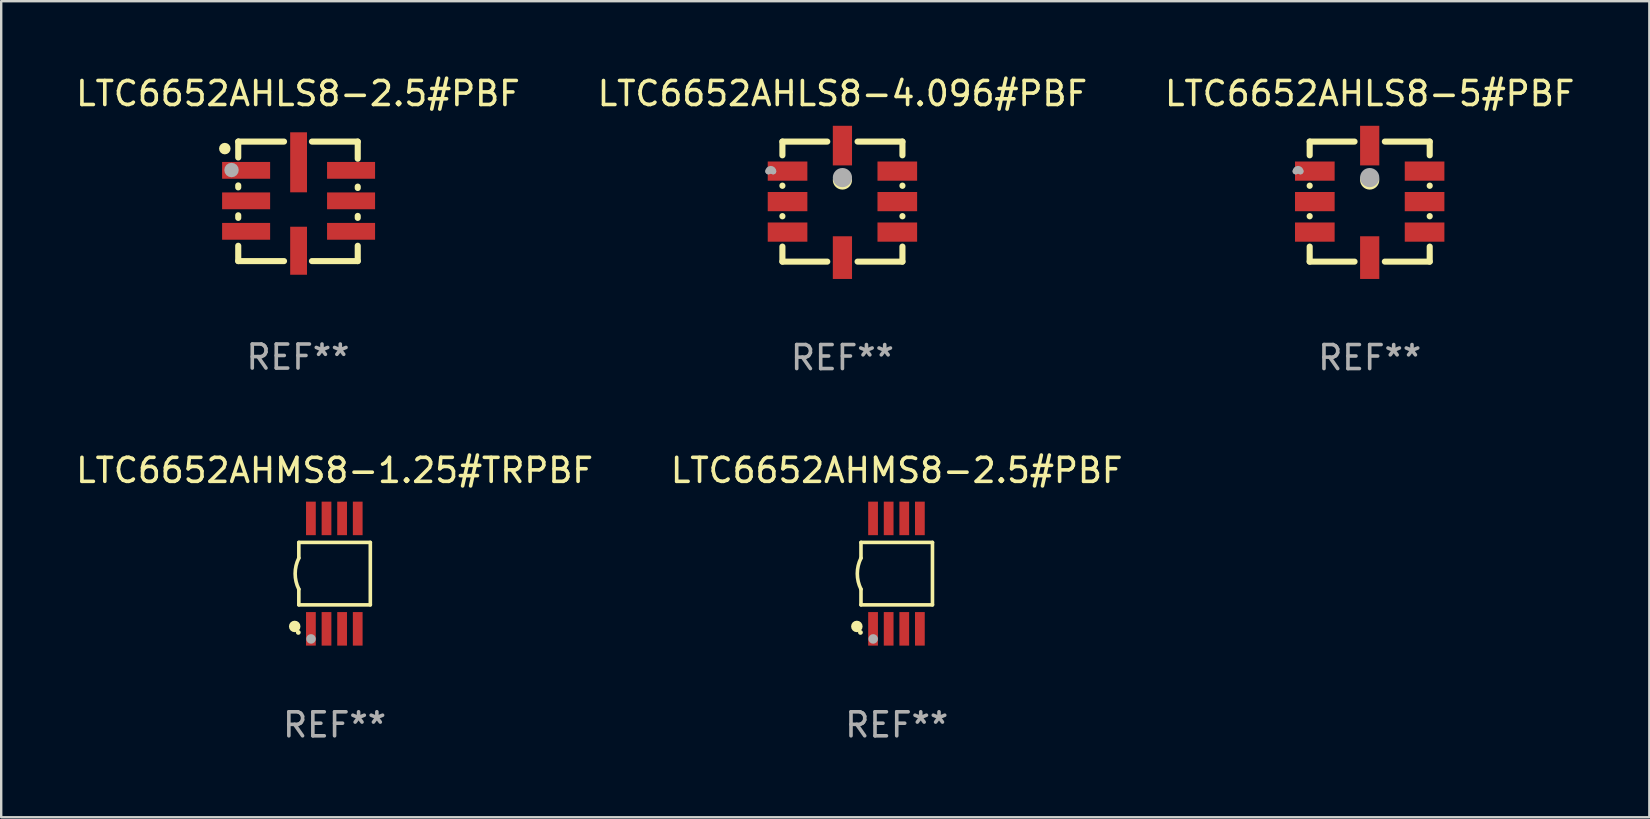
<source format=kicad_pcb>
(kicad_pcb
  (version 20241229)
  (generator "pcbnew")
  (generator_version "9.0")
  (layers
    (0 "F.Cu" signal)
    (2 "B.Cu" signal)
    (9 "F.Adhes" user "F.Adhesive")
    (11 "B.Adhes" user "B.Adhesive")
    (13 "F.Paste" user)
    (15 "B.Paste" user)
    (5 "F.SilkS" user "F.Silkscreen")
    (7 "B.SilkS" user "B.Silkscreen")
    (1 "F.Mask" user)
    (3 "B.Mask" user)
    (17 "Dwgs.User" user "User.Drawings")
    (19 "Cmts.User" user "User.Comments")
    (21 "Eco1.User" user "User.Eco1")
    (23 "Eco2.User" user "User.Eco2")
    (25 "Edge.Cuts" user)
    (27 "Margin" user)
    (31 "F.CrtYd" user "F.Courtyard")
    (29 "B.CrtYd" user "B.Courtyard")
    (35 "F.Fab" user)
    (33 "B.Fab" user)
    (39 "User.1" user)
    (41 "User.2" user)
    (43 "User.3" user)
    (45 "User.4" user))
  (footprint "LTC6652AHMS8-2.5#PBF"
    (layer "F.Cu")
    (at 34.304 20.845)
    (property "Reference" "LTC6652AHMS8-2.5#PBF" (at 0 -4.3 0) (layer "F.SilkS") (effects (font (size 1 1) (thickness 0.15))))
    (attr through_hole)
    (fp_line (start -1.489 -1.3) (end -1.489 -0.648) (stroke (width 0.15) (type solid)) (layer "F.SilkS"))
    (fp_line (start -1.489 0.648) (end -1.489 1.3) (stroke (width 0.15) (type solid)) (layer "F.SilkS"))
    (fp_line (start -1.489 1.3) (end 1.489 1.3) (stroke (width 0.15) (type solid)) (layer "F.SilkS"))
    (fp_line (start 1.489 -1.3) (end -1.489 -1.3) (stroke (width 0.15) (type solid)) (layer "F.SilkS"))
    (fp_line (start 1.489 1.3) (end 1.489 -1.3) (stroke (width 0.15) (type solid)) (layer "F.SilkS"))
    (fp_arc (start -1.489205 0.647702) (mid -1.642107 0) (end -1.489205 -0.647701) (stroke (width 0.150013) (type solid)) (layer "F.SilkS"))
    (fp_circle (center -1.661 2.2) (end -1.541 2.2) (stroke (width 0.24) (type solid)) (fill no) (layer "F.SilkS"))
    (fp_circle (center -1.511 2.45) (end -1.461 2.45) (stroke (width 0.1) (type solid)) (fill no) (layer "F.SilkS"))
    (fp_circle (center -0.981 2.72) (end -0.881 2.72) (stroke (width 0.2) (type solid)) (fill no) (layer "F.Fab"))
    (fp_text user "REF**" (at 0 6.3 0) (layer "F.Fab") (effects (font (size 1 1) (thickness 0.15))))
    (pad "1" smd rect (at -0.986 2.3) (size 0.406 1.397) (layers "F.Cu" "F.Mask" "F.Paste"))
    (pad "2" smd rect (at -0.336 2.3) (size 0.406 1.397) (layers "F.Cu" "F.Mask" "F.Paste"))
    (pad "3" smd rect (at 0.314 2.3) (size 0.406 1.397) (layers "F.Cu" "F.Mask" "F.Paste"))
    (pad "4" smd rect (at 0.964 2.3) (size 0.406 1.397) (layers "F.Cu" "F.Mask" "F.Paste"))
    (pad "5" smd rect (at 0.964 -2.3) (size 0.406 1.397) (layers "F.Cu" "F.Mask" "F.Paste"))
    (pad "6" smd rect (at 0.314 -2.3) (size 0.406 1.397) (layers "F.Cu" "F.Mask" "F.Paste"))
    (pad "7" smd rect (at -0.336 -2.3) (size 0.406 1.397) (layers "F.Cu" "F.Mask" "F.Paste"))
    (pad "8" smd rect (at -0.986 -2.3) (size 0.406 1.397) (layers "F.Cu" "F.Mask" "F.Paste")))
  (footprint "LTC6652AHMS8-1.25#TRPBF"
    (layer "F.Cu")
    (at 10.887 20.845)
    (property "Reference" "LTC6652AHMS8-1.25#TRPBF" (at 0 -4.3 0) (layer "F.SilkS") (effects (font (size 1 1) (thickness 0.15))))
    (attr through_hole)
    (fp_line (start -1.489 -1.3) (end -1.489 -0.648) (stroke (width 0.15) (type solid)) (layer "F.SilkS"))
    (fp_line (start -1.489 0.648) (end -1.489 1.3) (stroke (width 0.15) (type solid)) (layer "F.SilkS"))
    (fp_line (start -1.489 1.3) (end 1.489 1.3) (stroke (width 0.15) (type solid)) (layer "F.SilkS"))
    (fp_line (start 1.489 -1.3) (end -1.489 -1.3) (stroke (width 0.15) (type solid)) (layer "F.SilkS"))
    (fp_line (start 1.489 1.3) (end 1.489 -1.3) (stroke (width 0.15) (type solid)) (layer "F.SilkS"))
    (fp_arc (start -1.489205 0.647702) (mid -1.642107 0) (end -1.489205 -0.647701) (stroke (width 0.150013) (type solid)) (layer "F.SilkS"))
    (fp_circle (center -1.661 2.2) (end -1.541 2.2) (stroke (width 0.24) (type solid)) (fill no) (layer "F.SilkS"))
    (fp_circle (center -1.511 2.45) (end -1.461 2.45) (stroke (width 0.1) (type solid)) (fill no) (layer "F.SilkS"))
    (fp_circle (center -0.981 2.72) (end -0.881 2.72) (stroke (width 0.2) (type solid)) (fill no) (layer "F.Fab"))
    (fp_text user "REF**" (at 0 6.3 0) (layer "F.Fab") (effects (font (size 1 1) (thickness 0.15))))
    (pad "1" smd rect (at -0.986 2.3) (size 0.406 1.397) (layers "F.Cu" "F.Mask" "F.Paste"))
    (pad "2" smd rect (at -0.336 2.3) (size 0.406 1.397) (layers "F.Cu" "F.Mask" "F.Paste"))
    (pad "3" smd rect (at 0.314 2.3) (size 0.406 1.397) (layers "F.Cu" "F.Mask" "F.Paste"))
    (pad "4" smd rect (at 0.964 2.3) (size 0.406 1.397) (layers "F.Cu" "F.Mask" "F.Paste"))
    (pad "5" smd rect (at 0.964 -2.3) (size 0.406 1.397) (layers "F.Cu" "F.Mask" "F.Paste"))
    (pad "6" smd rect (at 0.314 -2.3) (size 0.406 1.397) (layers "F.Cu" "F.Mask" "F.Paste"))
    (pad "7" smd rect (at -0.336 -2.3) (size 0.406 1.397) (layers "F.Cu" "F.Mask" "F.Paste"))
    (pad "8" smd rect (at -0.986 -2.3) (size 0.406 1.397) (layers "F.Cu" "F.Mask" "F.Paste")))
  (footprint "LTC6652AHLS8-5#PBF"
    (layer "F.Cu")
    (at 54.006 5.348)
    (property "Reference" "LTC6652AHLS8-5#PBF" (at 0 -4.5 0) (layer "F.SilkS") (effects (font (size 1 1) (thickness 0.15))))
    (attr through_hole)
    (fp_line (start -2.5 -2.5) (end -2.5 -1.928) (stroke (width 0.254) (type solid)) (layer "F.SilkS"))
    (fp_line (start -2.5 -0.666) (end -2.5 -0.658) (stroke (width 0.254) (type solid)) (layer "F.SilkS"))
    (fp_line (start -2.5 0.604) (end -2.5 0.612) (stroke (width 0.254) (type solid)) (layer "F.SilkS"))
    (fp_line (start -2.5 1.874) (end -2.5 2.5) (stroke (width 0.254) (type solid)) (layer "F.SilkS"))
    (fp_line (start -2.5 2.5) (end -0.631 2.5) (stroke (width 0.254) (type solid)) (layer "F.SilkS"))
    (fp_line (start -0.631 -2.5) (end -2.5 -2.5) (stroke (width 0.254) (type solid)) (layer "F.SilkS"))
    (fp_line (start 0.631 2.5) (end 2.5 2.5) (stroke (width 0.254) (type solid)) (layer "F.SilkS"))
    (fp_line (start 2.5 -2.5) (end 0.631 -2.5) (stroke (width 0.254) (type solid)) (layer "F.SilkS"))
    (fp_line (start 2.5 -1.928) (end 2.5 -2.5) (stroke (width 0.254) (type solid)) (layer "F.SilkS"))
    (fp_line (start 2.5 -0.658) (end 2.5 -0.666) (stroke (width 0.254) (type solid)) (layer "F.SilkS"))
    (fp_line (start 2.5 0.612) (end 2.5 0.604) (stroke (width 0.254) (type solid)) (layer "F.SilkS"))
    (fp_line (start 2.5 2.5) (end 2.5 1.874) (stroke (width 0.254) (type solid)) (layer "F.SilkS"))
    (fp_circle (center -2.502 -2.527) (end -2.472 -2.527) (stroke (width 0.06) (type solid)) (fill no) (layer "F.SilkS"))
    (fp_circle (center 0 -0.9) (end 0.2 -0.9) (stroke (width 0.4) (type solid)) (fill no) (layer "F.SilkS"))
    (fp_arc (start -3.084328 -1.262891) (mid -2.984252 -1.362967) (end -2.884176 -1.262891) (stroke (width 0.254001) (type solid)) (layer "F.Fab"))
    (fp_arc (start -3.084328 -1.262891) (mid -2.984252 -1.286516) (end -2.884175 -1.262891) (stroke (width 0.254001) (type solid)) (layer "F.Fab"))
    (fp_circle (center 0 -1) (end 0.2 -1) (stroke (width 0.4) (type solid)) (fill no) (layer "F.Fab"))
    (fp_text user "REF**" (at 0 6.5 0) (layer "F.Fab") (effects (font (size 1 1) (thickness 0.15))))
    (pad "1" smd rect (at -2.286 -1.27) (size 1.651 0.8) (layers "F.Cu" "F.Mask" "F.Paste"))
    (pad "2" smd rect (at -2.286 0) (size 1.651 0.8) (layers "F.Cu" "F.Mask" "F.Paste"))
    (pad "3" smd rect (at -2.286 1.27) (size 1.651 0.8) (layers "F.Cu" "F.Mask" "F.Paste"))
    (pad "4" smd rect (at 0 2.333 270) (size 1.778 0.8) (layers "F.Cu" "F.Mask" "F.Paste"))
    (pad "5" smd rect (at 2.286 1.27) (size 1.651 0.8) (layers "F.Cu" "F.Mask" "F.Paste"))
    (pad "6" smd rect (at 2.286 0) (size 1.651 0.8) (layers "F.Cu" "F.Mask" "F.Paste"))
    (pad "7" smd rect (at 2.286 -1.27 180) (size 1.651 0.8) (layers "F.Cu" "F.Mask" "F.Paste"))
    (pad "8" smd rect (at 0 -2.333 90) (size 1.651 0.8) (layers "F.Cu" "F.Mask" "F.Paste")))
  (footprint "LTC6652AHLS8-2.5#PBF"
    (layer "F.Cu")
    (at 9.363 5.337)
    (property "Reference" "LTC6652AHLS8-2.5#PBF" (at 0 -4.489 0) (layer "F.SilkS") (effects (font (size 1 1) (thickness 0.15))))
    (attr through_hole)
    (fp_line (start -2.489 -2.489) (end -2.489 -1.826) (stroke (width 0.254) (type solid)) (layer "F.SilkS"))
    (fp_line (start -2.489 -2.489) (end -0.581 -2.489) (stroke (width 0.254) (type solid)) (layer "F.SilkS"))
    (fp_line (start -2.489 -0.663) (end -2.489 -0.581) (stroke (width 0.254) (type solid)) (layer "F.SilkS"))
    (fp_line (start -2.489 0.581) (end -2.489 0.689) (stroke (width 0.254) (type solid)) (layer "F.SilkS"))
    (fp_line (start -2.489 1.851) (end -2.489 2.489) (stroke (width 0.254) (type solid)) (layer "F.SilkS"))
    (fp_line (start -2.489 2.489) (end -0.581 2.489) (stroke (width 0.254) (type solid)) (layer "F.SilkS"))
    (fp_line (start 0.581 -2.489) (end 2.489 -2.489) (stroke (width 0.254) (type solid)) (layer "F.SilkS"))
    (fp_line (start 0.581 2.489) (end 2.489 2.489) (stroke (width 0.254) (type solid)) (layer "F.SilkS"))
    (fp_line (start 2.489 -2.489) (end 2.489 -1.775) (stroke (width 0.254) (type solid)) (layer "F.SilkS"))
    (fp_line (start 2.489 -0.613) (end 2.489 -0.556) (stroke (width 0.254) (type solid)) (layer "F.SilkS"))
    (fp_line (start 2.489 0.607) (end 2.489 0.689) (stroke (width 0.254) (type solid)) (layer "F.SilkS"))
    (fp_line (start 2.489 1.851) (end 2.489 2.489) (stroke (width 0.254) (type solid)) (layer "F.SilkS"))
    (fp_circle (center -3.048 -2.197) (end -2.928 -2.197) (stroke (width 0.24) (type solid)) (fill no) (layer "F.SilkS"))
    (fp_circle (center -2.474 -2.521) (end -2.445 -2.521) (stroke (width 0.06) (type solid)) (fill no) (layer "F.SilkS"))
    (fp_circle (center -2.769 -1.304) (end -2.618 -1.304) (stroke (width 0.3) (type solid)) (fill no) (layer "F.Fab"))
    (fp_text user "REF**" (at 0 6.489 0) (layer "F.Fab") (effects (font (size 1 1) (thickness 0.15))))
    (pad "1" smd rect (at -2.161 -1.291) (size 2 0.7) (layers "F.Cu" "F.Mask" "F.Paste"))
    (pad "2" smd rect (at -2.161 -0.021) (size 2 0.7) (layers "F.Cu" "F.Mask" "F.Paste"))
    (pad "3" smd rect (at -2.161 1.249) (size 2 0.7) (layers "F.Cu" "F.Mask" "F.Paste"))
    (pad "4" smd rect (at 0.025 2.058 270) (size 2 0.7) (layers "F.Cu" "F.Mask" "F.Paste"))
    (pad "5" smd rect (at 2.211 1.249) (size 2 0.7) (layers "F.Cu" "F.Mask" "F.Paste"))
    (pad "6" smd rect (at 2.211 -0.021) (size 2 0.7) (layers "F.Cu" "F.Mask" "F.Paste"))
    (pad "7" smd rect (at 2.211 -1.291) (size 2 0.7) (layers "F.Cu" "F.Mask" "F.Paste"))
    (pad "8" smd rect (at 0.025 -1.626 90) (size 2.5 0.7) (layers "F.Cu" "F.Mask" "F.Paste")))
  (footprint "LTC6652AHLS8-4.096#PBF"
    (layer "F.Cu")
    (at 32.042 5.348)
    (property "Reference" "LTC6652AHLS8-4.096#PBF" (at 0 -4.5 0) (layer "F.SilkS") (effects (font (size 1 1) (thickness 0.15))))
    (attr through_hole)
    (fp_line (start -2.5 -2.5) (end -2.5 -1.928) (stroke (width 0.254) (type solid)) (layer "F.SilkS"))
    (fp_line (start -2.5 -0.666) (end -2.5 -0.658) (stroke (width 0.254) (type solid)) (layer "F.SilkS"))
    (fp_line (start -2.5 0.604) (end -2.5 0.612) (stroke (width 0.254) (type solid)) (layer "F.SilkS"))
    (fp_line (start -2.5 1.874) (end -2.5 2.5) (stroke (width 0.254) (type solid)) (layer "F.SilkS"))
    (fp_line (start -2.5 2.5) (end -0.631 2.5) (stroke (width 0.254) (type solid)) (layer "F.SilkS"))
    (fp_line (start -0.631 -2.5) (end -2.5 -2.5) (stroke (width 0.254) (type solid)) (layer "F.SilkS"))
    (fp_line (start 0.631 2.5) (end 2.5 2.5) (stroke (width 0.254) (type solid)) (layer "F.SilkS"))
    (fp_line (start 2.5 -2.5) (end 0.631 -2.5) (stroke (width 0.254) (type solid)) (layer "F.SilkS"))
    (fp_line (start 2.5 -1.928) (end 2.5 -2.5) (stroke (width 0.254) (type solid)) (layer "F.SilkS"))
    (fp_line (start 2.5 -0.658) (end 2.5 -0.666) (stroke (width 0.254) (type solid)) (layer "F.SilkS"))
    (fp_line (start 2.5 0.612) (end 2.5 0.604) (stroke (width 0.254) (type solid)) (layer "F.SilkS"))
    (fp_line (start 2.5 2.5) (end 2.5 1.874) (stroke (width 0.254) (type solid)) (layer "F.SilkS"))
    (fp_circle (center -2.502 -2.527) (end -2.472 -2.527) (stroke (width 0.06) (type solid)) (fill no) (layer "F.SilkS"))
    (fp_circle (center 0 -0.9) (end 0.2 -0.9) (stroke (width 0.4) (type solid)) (fill no) (layer "F.SilkS"))
    (fp_arc (start -3.084328 -1.262891) (mid -2.984252 -1.362967) (end -2.884176 -1.262891) (stroke (width 0.254001) (type solid)) (layer "F.Fab"))
    (fp_arc (start -3.084328 -1.262891) (mid -2.984252 -1.286516) (end -2.884175 -1.262891) (stroke (width 0.254001) (type solid)) (layer "F.Fab"))
    (fp_circle (center 0 -1) (end 0.2 -1) (stroke (width 0.4) (type solid)) (fill no) (layer "F.Fab"))
    (fp_text user "REF**" (at 0 6.5 0) (layer "F.Fab") (effects (font (size 1 1) (thickness 0.15))))
    (pad "1" smd rect (at -2.286 -1.27) (size 1.651 0.8) (layers "F.Cu" "F.Mask" "F.Paste"))
    (pad "2" smd rect (at -2.286 0) (size 1.651 0.8) (layers "F.Cu" "F.Mask" "F.Paste"))
    (pad "3" smd rect (at -2.286 1.27) (size 1.651 0.8) (layers "F.Cu" "F.Mask" "F.Paste"))
    (pad "4" smd rect (at 0 2.333 270) (size 1.778 0.8) (layers "F.Cu" "F.Mask" "F.Paste"))
    (pad "5" smd rect (at 2.286 1.27) (size 1.651 0.8) (layers "F.Cu" "F.Mask" "F.Paste"))
    (pad "6" smd rect (at 2.286 0) (size 1.651 0.8) (layers "F.Cu" "F.Mask" "F.Paste"))
    (pad "7" smd rect (at 2.286 -1.27 180) (size 1.651 0.8) (layers "F.Cu" "F.Mask" "F.Paste"))
    (pad "8" smd rect (at 0 -2.333 90) (size 1.651 0.8) (layers "F.Cu" "F.Mask" "F.Paste")))
  (gr_rect
    (start -3 -3)
    (end 65.655 30.993)
    (stroke (width 0.1) (type default))
    (fill no)
    (layer "Edge.Cuts")))
</source>
